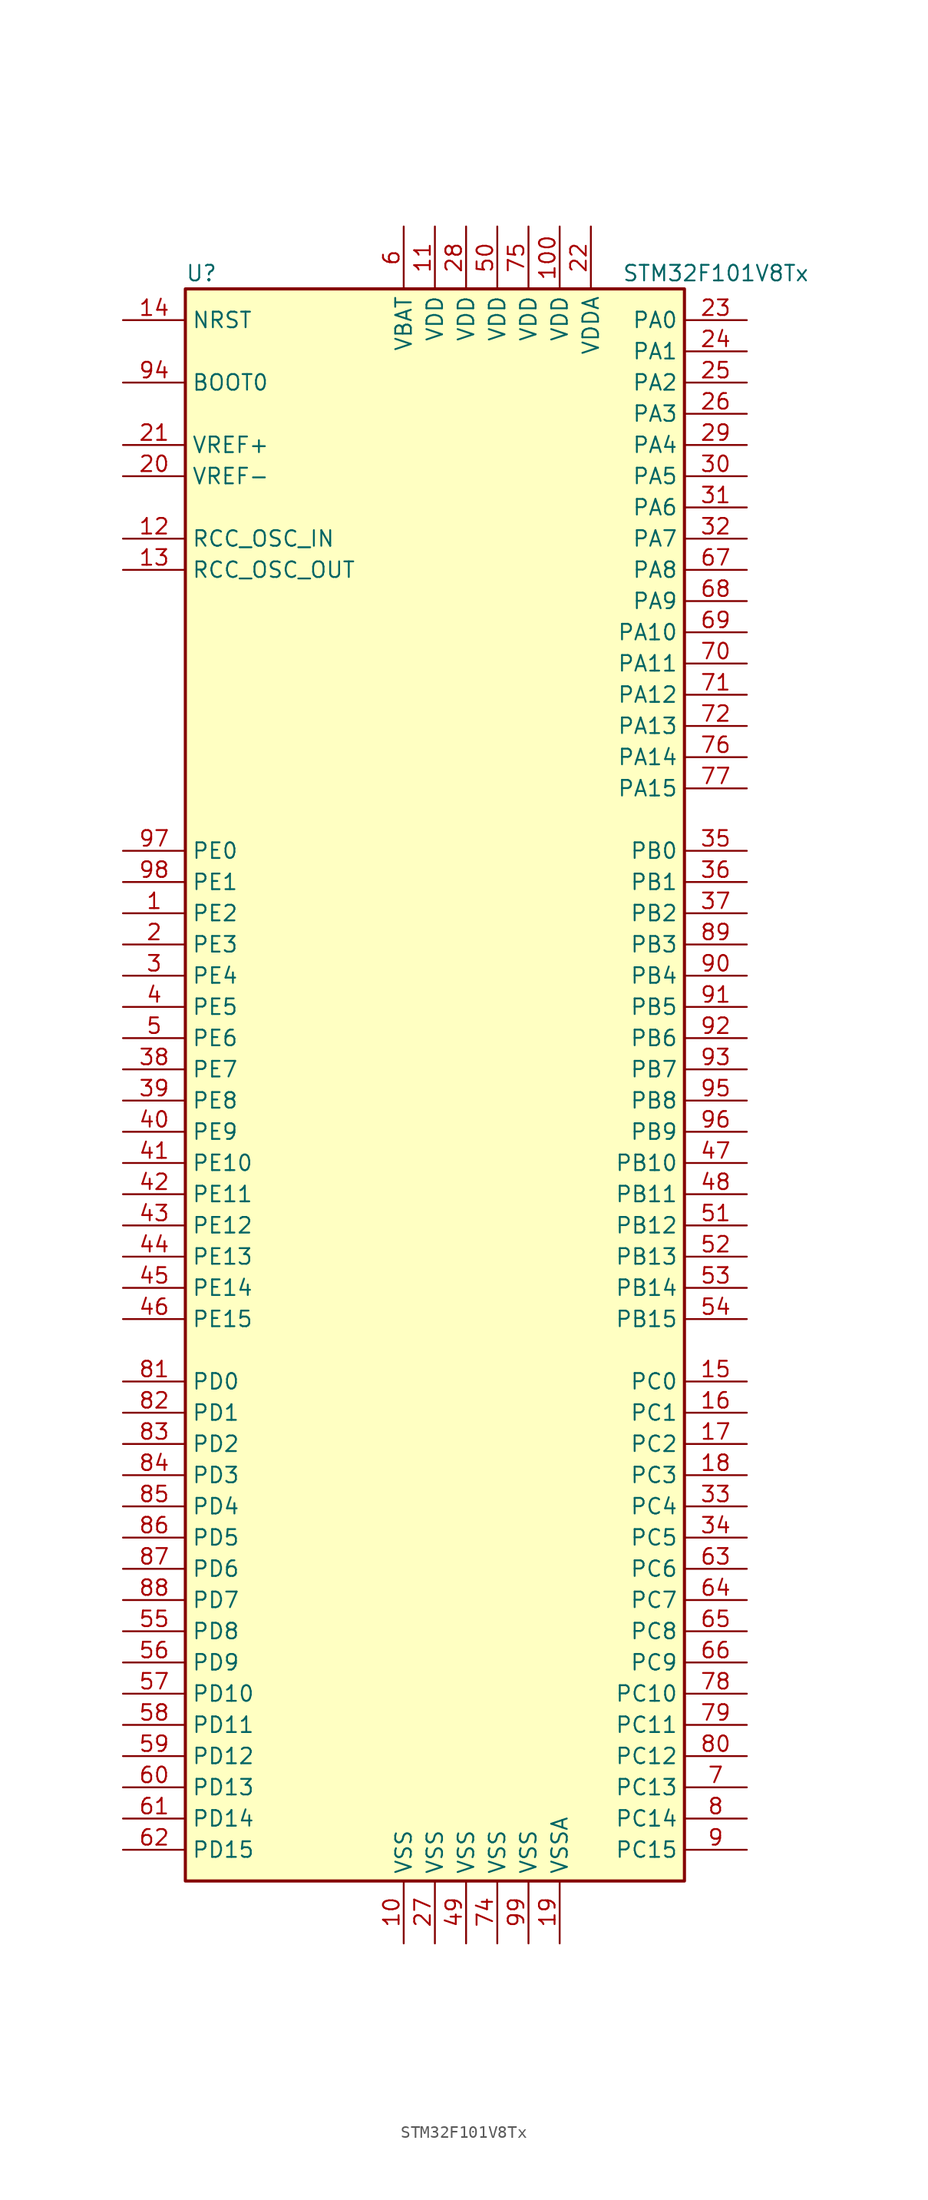
<source format=kicad_sym>
(kicad_symbol_lib
  (version 20211014)
  (generator kicad_symbol_editor)
  (symbol "STM32F101V8Tx"
    (property "Reference" "U"
      (at -20.32 64.77 0)
      (effects (font (size 1.27 1.27)) (justify left)))
    (property "Value" "STM32F101V8Tx"
      (at 15.24 64.77 0)
      (effects (font (size 1.27 1.27)) (justify left)))
    (symbol "STM32F101V8Tx_0_1"
      (rectangle (start -20.32 -66.04) (end 20.32 63.5) (stroke (width 0.254) (type default) (color 0 0 0 0)) (fill (type background))))
    (symbol "STM32F101V8Tx_1_1"
      (pin bidirectional line (at -25.4 12.7 0) (length 5.08) (name "PE2" (effects (font (size 1.27 1.27)))) (number "1" (effects (font (size 1.27 1.27)))))
      (pin power_in line (at -2.54 -71.12 90) (length 5.08) (name "VSS" (effects (font (size 1.27 1.27)))) (number "10" (effects (font (size 1.27 1.27)))))
      (pin power_in line (at 10.16 68.58 270) (length 5.08) (name "VDD" (effects (font (size 1.27 1.27)))) (number "100" (effects (font (size 1.27 1.27)))))
      (pin power_in line (at 0 68.58 270) (length 5.08) (name "VDD" (effects (font (size 1.27 1.27)))) (number "11" (effects (font (size 1.27 1.27)))))
      (pin input line (at -25.4 43.18 0) (length 5.08) (name "RCC_OSC_IN" (effects (font (size 1.27 1.27)))) (number "12" (effects (font (size 1.27 1.27)))))
      (pin input line (at -25.4 40.64 0) (length 5.08) (name "RCC_OSC_OUT" (effects (font (size 1.27 1.27)))) (number "13" (effects (font (size 1.27 1.27)))))
      (pin input line (at -25.4 60.96 0) (length 5.08) (name "NRST" (effects (font (size 1.27 1.27)))) (number "14" (effects (font (size 1.27 1.27)))))
      (pin bidirectional line (at 25.4 -25.4 180) (length 5.08) (name "PC0" (effects (font (size 1.27 1.27)))) (number "15" (effects (font (size 1.27 1.27)))))
      (pin bidirectional line (at 25.4 -27.94 180) (length 5.08) (name "PC1" (effects (font (size 1.27 1.27)))) (number "16" (effects (font (size 1.27 1.27)))))
      (pin bidirectional line (at 25.4 -30.48 180) (length 5.08) (name "PC2" (effects (font (size 1.27 1.27)))) (number "17" (effects (font (size 1.27 1.27)))))
      (pin bidirectional line (at 25.4 -33.02 180) (length 5.08) (name "PC3" (effects (font (size 1.27 1.27)))) (number "18" (effects (font (size 1.27 1.27)))))
      (pin power_in line (at 10.16 -71.12 90) (length 5.08) (name "VSSA" (effects (font (size 1.27 1.27)))) (number "19" (effects (font (size 1.27 1.27)))))
      (pin bidirectional line (at -25.4 10.16 0) (length 5.08) (name "PE3" (effects (font (size 1.27 1.27)))) (number "2" (effects (font (size 1.27 1.27)))))
      (pin power_in line (at -25.4 48.26 0) (length 5.08) (name "VREF-" (effects (font (size 1.27 1.27)))) (number "20" (effects (font (size 1.27 1.27)))))
      (pin power_in line (at -25.4 50.8 0) (length 5.08) (name "VREF+" (effects (font (size 1.27 1.27)))) (number "21" (effects (font (size 1.27 1.27)))))
      (pin power_in line (at 12.7 68.58 270) (length 5.08) (name "VDDA" (effects (font (size 1.27 1.27)))) (number "22" (effects (font (size 1.27 1.27)))))
      (pin bidirectional line (at 25.4 60.96 180) (length 5.08) (name "PA0" (effects (font (size 1.27 1.27)))) (number "23" (effects (font (size 1.27 1.27)))))
      (pin bidirectional line (at 25.4 58.42 180) (length 5.08) (name "PA1" (effects (font (size 1.27 1.27)))) (number "24" (effects (font (size 1.27 1.27)))))
      (pin bidirectional line (at 25.4 55.88 180) (length 5.08) (name "PA2" (effects (font (size 1.27 1.27)))) (number "25" (effects (font (size 1.27 1.27)))))
      (pin bidirectional line (at 25.4 53.34 180) (length 5.08) (name "PA3" (effects (font (size 1.27 1.27)))) (number "26" (effects (font (size 1.27 1.27)))))
      (pin power_in line (at 0 -71.12 90) (length 5.08) (name "VSS" (effects (font (size 1.27 1.27)))) (number "27" (effects (font (size 1.27 1.27)))))
      (pin power_in line (at 2.54 68.58 270) (length 5.08) (name "VDD" (effects (font (size 1.27 1.27)))) (number "28" (effects (font (size 1.27 1.27)))))
      (pin bidirectional line (at 25.4 50.8 180) (length 5.08) (name "PA4" (effects (font (size 1.27 1.27)))) (number "29" (effects (font (size 1.27 1.27)))))
      (pin bidirectional line (at -25.4 7.62 0) (length 5.08) (name "PE4" (effects (font (size 1.27 1.27)))) (number "3" (effects (font (size 1.27 1.27)))))
      (pin bidirectional line (at 25.4 48.26 180) (length 5.08) (name "PA5" (effects (font (size 1.27 1.27)))) (number "30" (effects (font (size 1.27 1.27)))))
      (pin bidirectional line (at 25.4 45.72 180) (length 5.08) (name "PA6" (effects (font (size 1.27 1.27)))) (number "31" (effects (font (size 1.27 1.27)))))
      (pin bidirectional line (at 25.4 43.18 180) (length 5.08) (name "PA7" (effects (font (size 1.27 1.27)))) (number "32" (effects (font (size 1.27 1.27)))))
      (pin bidirectional line (at 25.4 -35.56 180) (length 5.08) (name "PC4" (effects (font (size 1.27 1.27)))) (number "33" (effects (font (size 1.27 1.27)))))
      (pin bidirectional line (at 25.4 -38.1 180) (length 5.08) (name "PC5" (effects (font (size 1.27 1.27)))) (number "34" (effects (font (size 1.27 1.27)))))
      (pin bidirectional line (at 25.4 17.78 180) (length 5.08) (name "PB0" (effects (font (size 1.27 1.27)))) (number "35" (effects (font (size 1.27 1.27)))))
      (pin bidirectional line (at 25.4 15.24 180) (length 5.08) (name "PB1" (effects (font (size 1.27 1.27)))) (number "36" (effects (font (size 1.27 1.27)))))
      (pin bidirectional line (at 25.4 12.7 180) (length 5.08) (name "PB2" (effects (font (size 1.27 1.27)))) (number "37" (effects (font (size 1.27 1.27)))))
      (pin bidirectional line (at -25.4 0 0) (length 5.08) (name "PE7" (effects (font (size 1.27 1.27)))) (number "38" (effects (font (size 1.27 1.27)))))
      (pin bidirectional line (at -25.4 -2.54 0) (length 5.08) (name "PE8" (effects (font (size 1.27 1.27)))) (number "39" (effects (font (size 1.27 1.27)))))
      (pin bidirectional line (at -25.4 5.08 0) (length 5.08) (name "PE5" (effects (font (size 1.27 1.27)))) (number "4" (effects (font (size 1.27 1.27)))))
      (pin bidirectional line (at -25.4 -5.08 0) (length 5.08) (name "PE9" (effects (font (size 1.27 1.27)))) (number "40" (effects (font (size 1.27 1.27)))))
      (pin bidirectional line (at -25.4 -7.62 0) (length 5.08) (name "PE10" (effects (font (size 1.27 1.27)))) (number "41" (effects (font (size 1.27 1.27)))))
      (pin bidirectional line (at -25.4 -10.16 0) (length 5.08) (name "PE11" (effects (font (size 1.27 1.27)))) (number "42" (effects (font (size 1.27 1.27)))))
      (pin bidirectional line (at -25.4 -12.7 0) (length 5.08) (name "PE12" (effects (font (size 1.27 1.27)))) (number "43" (effects (font (size 1.27 1.27)))))
      (pin bidirectional line (at -25.4 -15.24 0) (length 5.08) (name "PE13" (effects (font (size 1.27 1.27)))) (number "44" (effects (font (size 1.27 1.27)))))
      (pin bidirectional line (at -25.4 -17.78 0) (length 5.08) (name "PE14" (effects (font (size 1.27 1.27)))) (number "45" (effects (font (size 1.27 1.27)))))
      (pin bidirectional line (at -25.4 -20.32 0) (length 5.08) (name "PE15" (effects (font (size 1.27 1.27)))) (number "46" (effects (font (size 1.27 1.27)))))
      (pin bidirectional line (at 25.4 -7.62 180) (length 5.08) (name "PB10" (effects (font (size 1.27 1.27)))) (number "47" (effects (font (size 1.27 1.27)))))
      (pin bidirectional line (at 25.4 -10.16 180) (length 5.08) (name "PB11" (effects (font (size 1.27 1.27)))) (number "48" (effects (font (size 1.27 1.27)))))
      (pin power_in line (at 2.54 -71.12 90) (length 5.08) (name "VSS" (effects (font (size 1.27 1.27)))) (number "49" (effects (font (size 1.27 1.27)))))
      (pin bidirectional line (at -25.4 2.54 0) (length 5.08) (name "PE6" (effects (font (size 1.27 1.27)))) (number "5" (effects (font (size 1.27 1.27)))))
      (pin power_in line (at 5.08 68.58 270) (length 5.08) (name "VDD" (effects (font (size 1.27 1.27)))) (number "50" (effects (font (size 1.27 1.27)))))
      (pin bidirectional line (at 25.4 -12.7 180) (length 5.08) (name "PB12" (effects (font (size 1.27 1.27)))) (number "51" (effects (font (size 1.27 1.27)))))
      (pin bidirectional line (at 25.4 -15.24 180) (length 5.08) (name "PB13" (effects (font (size 1.27 1.27)))) (number "52" (effects (font (size 1.27 1.27)))))
      (pin bidirectional line (at 25.4 -17.78 180) (length 5.08) (name "PB14" (effects (font (size 1.27 1.27)))) (number "53" (effects (font (size 1.27 1.27)))))
      (pin bidirectional line (at 25.4 -20.32 180) (length 5.08) (name "PB15" (effects (font (size 1.27 1.27)))) (number "54" (effects (font (size 1.27 1.27)))))
      (pin bidirectional line (at -25.4 -45.72 0) (length 5.08) (name "PD8" (effects (font (size 1.27 1.27)))) (number "55" (effects (font (size 1.27 1.27)))))
      (pin bidirectional line (at -25.4 -48.26 0) (length 5.08) (name "PD9" (effects (font (size 1.27 1.27)))) (number "56" (effects (font (size 1.27 1.27)))))
      (pin bidirectional line (at -25.4 -50.8 0) (length 5.08) (name "PD10" (effects (font (size 1.27 1.27)))) (number "57" (effects (font (size 1.27 1.27)))))
      (pin bidirectional line (at -25.4 -53.34 0) (length 5.08) (name "PD11" (effects (font (size 1.27 1.27)))) (number "58" (effects (font (size 1.27 1.27)))))
      (pin bidirectional line (at -25.4 -55.88 0) (length 5.08) (name "PD12" (effects (font (size 1.27 1.27)))) (number "59" (effects (font (size 1.27 1.27)))))
      (pin power_in line (at -2.54 68.58 270) (length 5.08) (name "VBAT" (effects (font (size 1.27 1.27)))) (number "6" (effects (font (size 1.27 1.27)))))
      (pin bidirectional line (at -25.4 -58.42 0) (length 5.08) (name "PD13" (effects (font (size 1.27 1.27)))) (number "60" (effects (font (size 1.27 1.27)))))
      (pin bidirectional line (at -25.4 -60.96 0) (length 5.08) (name "PD14" (effects (font (size 1.27 1.27)))) (number "61" (effects (font (size 1.27 1.27)))))
      (pin bidirectional line (at -25.4 -63.5 0) (length 5.08) (name "PD15" (effects (font (size 1.27 1.27)))) (number "62" (effects (font (size 1.27 1.27)))))
      (pin bidirectional line (at 25.4 -40.64 180) (length 5.08) (name "PC6" (effects (font (size 1.27 1.27)))) (number "63" (effects (font (size 1.27 1.27)))))
      (pin bidirectional line (at 25.4 -43.18 180) (length 5.08) (name "PC7" (effects (font (size 1.27 1.27)))) (number "64" (effects (font (size 1.27 1.27)))))
      (pin bidirectional line (at 25.4 -45.72 180) (length 5.08) (name "PC8" (effects (font (size 1.27 1.27)))) (number "65" (effects (font (size 1.27 1.27)))))
      (pin bidirectional line (at 25.4 -48.26 180) (length 5.08) (name "PC9" (effects (font (size 1.27 1.27)))) (number "66" (effects (font (size 1.27 1.27)))))
      (pin bidirectional line (at 25.4 40.64 180) (length 5.08) (name "PA8" (effects (font (size 1.27 1.27)))) (number "67" (effects (font (size 1.27 1.27)))))
      (pin bidirectional line (at 25.4 38.1 180) (length 5.08) (name "PA9" (effects (font (size 1.27 1.27)))) (number "68" (effects (font (size 1.27 1.27)))))
      (pin bidirectional line (at 25.4 35.56 180) (length 5.08) (name "PA10" (effects (font (size 1.27 1.27)))) (number "69" (effects (font (size 1.27 1.27)))))
      (pin bidirectional line (at 25.4 -58.42 180) (length 5.08) (name "PC13" (effects (font (size 1.27 1.27)))) (number "7" (effects (font (size 1.27 1.27)))))
      (pin bidirectional line (at 25.4 33.02 180) (length 5.08) (name "PA11" (effects (font (size 1.27 1.27)))) (number "70" (effects (font (size 1.27 1.27)))))
      (pin bidirectional line (at 25.4 30.48 180) (length 5.08) (name "PA12" (effects (font (size 1.27 1.27)))) (number "71" (effects (font (size 1.27 1.27)))))
      (pin bidirectional line (at 25.4 27.94 180) (length 5.08) (name "PA13" (effects (font (size 1.27 1.27)))) (number "72" (effects (font (size 1.27 1.27)))))
      (pin no_connect line (at -20.32 -63.5 0) (length 5.08) hide (name "NC" (effects (font (size 1.27 1.27)))) (number "73" (effects (font (size 1.27 1.27)))))
      (pin power_in line (at 5.08 -71.12 90) (length 5.08) (name "VSS" (effects (font (size 1.27 1.27)))) (number "74" (effects (font (size 1.27 1.27)))))
      (pin power_in line (at 7.62 68.58 270) (length 5.08) (name "VDD" (effects (font (size 1.27 1.27)))) (number "75" (effects (font (size 1.27 1.27)))))
      (pin bidirectional line (at 25.4 25.4 180) (length 5.08) (name "PA14" (effects (font (size 1.27 1.27)))) (number "76" (effects (font (size 1.27 1.27)))))
      (pin bidirectional line (at 25.4 22.86 180) (length 5.08) (name "PA15" (effects (font (size 1.27 1.27)))) (number "77" (effects (font (size 1.27 1.27)))))
      (pin bidirectional line (at 25.4 -50.8 180) (length 5.08) (name "PC10" (effects (font (size 1.27 1.27)))) (number "78" (effects (font (size 1.27 1.27)))))
      (pin bidirectional line (at 25.4 -53.34 180) (length 5.08) (name "PC11" (effects (font (size 1.27 1.27)))) (number "79" (effects (font (size 1.27 1.27)))))
      (pin bidirectional line (at 25.4 -60.96 180) (length 5.08) (name "PC14" (effects (font (size 1.27 1.27)))) (number "8" (effects (font (size 1.27 1.27)))))
      (pin bidirectional line (at 25.4 -55.88 180) (length 5.08) (name "PC12" (effects (font (size 1.27 1.27)))) (number "80" (effects (font (size 1.27 1.27)))))
      (pin bidirectional line (at -25.4 -25.4 0) (length 5.08) (name "PD0" (effects (font (size 1.27 1.27)))) (number "81" (effects (font (size 1.27 1.27)))))
      (pin bidirectional line (at -25.4 -27.94 0) (length 5.08) (name "PD1" (effects (font (size 1.27 1.27)))) (number "82" (effects (font (size 1.27 1.27)))))
      (pin bidirectional line (at -25.4 -30.48 0) (length 5.08) (name "PD2" (effects (font (size 1.27 1.27)))) (number "83" (effects (font (size 1.27 1.27)))))
      (pin bidirectional line (at -25.4 -33.02 0) (length 5.08) (name "PD3" (effects (font (size 1.27 1.27)))) (number "84" (effects (font (size 1.27 1.27)))))
      (pin bidirectional line (at -25.4 -35.56 0) (length 5.08) (name "PD4" (effects (font (size 1.27 1.27)))) (number "85" (effects (font (size 1.27 1.27)))))
      (pin bidirectional line (at -25.4 -38.1 0) (length 5.08) (name "PD5" (effects (font (size 1.27 1.27)))) (number "86" (effects (font (size 1.27 1.27)))))
      (pin bidirectional line (at -25.4 -40.64 0) (length 5.08) (name "PD6" (effects (font (size 1.27 1.27)))) (number "87" (effects (font (size 1.27 1.27)))))
      (pin bidirectional line (at -25.4 -43.18 0) (length 5.08) (name "PD7" (effects (font (size 1.27 1.27)))) (number "88" (effects (font (size 1.27 1.27)))))
      (pin bidirectional line (at 25.4 10.16 180) (length 5.08) (name "PB3" (effects (font (size 1.27 1.27)))) (number "89" (effects (font (size 1.27 1.27)))))
      (pin bidirectional line (at 25.4 -63.5 180) (length 5.08) (name "PC15" (effects (font (size 1.27 1.27)))) (number "9" (effects (font (size 1.27 1.27)))))
      (pin bidirectional line (at 25.4 7.62 180) (length 5.08) (name "PB4" (effects (font (size 1.27 1.27)))) (number "90" (effects (font (size 1.27 1.27)))))
      (pin bidirectional line (at 25.4 5.08 180) (length 5.08) (name "PB5" (effects (font (size 1.27 1.27)))) (number "91" (effects (font (size 1.27 1.27)))))
      (pin bidirectional line (at 25.4 2.54 180) (length 5.08) (name "PB6" (effects (font (size 1.27 1.27)))) (number "92" (effects (font (size 1.27 1.27)))))
      (pin bidirectional line (at 25.4 0 180) (length 5.08) (name "PB7" (effects (font (size 1.27 1.27)))) (number "93" (effects (font (size 1.27 1.27)))))
      (pin input line (at -25.4 55.88 0) (length 5.08) (name "BOOT0" (effects (font (size 1.27 1.27)))) (number "94" (effects (font (size 1.27 1.27)))))
      (pin bidirectional line (at 25.4 -2.54 180) (length 5.08) (name "PB8" (effects (font (size 1.27 1.27)))) (number "95" (effects (font (size 1.27 1.27)))))
      (pin bidirectional line (at 25.4 -5.08 180) (length 5.08) (name "PB9" (effects (font (size 1.27 1.27)))) (number "96" (effects (font (size 1.27 1.27)))))
      (pin bidirectional line (at -25.4 17.78 0) (length 5.08) (name "PE0" (effects (font (size 1.27 1.27)))) (number "97" (effects (font (size 1.27 1.27)))))
      (pin bidirectional line (at -25.4 15.24 0) (length 5.08) (name "PE1" (effects (font (size 1.27 1.27)))) (number "98" (effects (font (size 1.27 1.27)))))
      (pin power_in line (at 7.62 -71.12 90) (length 5.08) (name "VSS" (effects (font (size 1.27 1.27)))) (number "99" (effects (font (size 1.27 1.27))))))))
</source>
